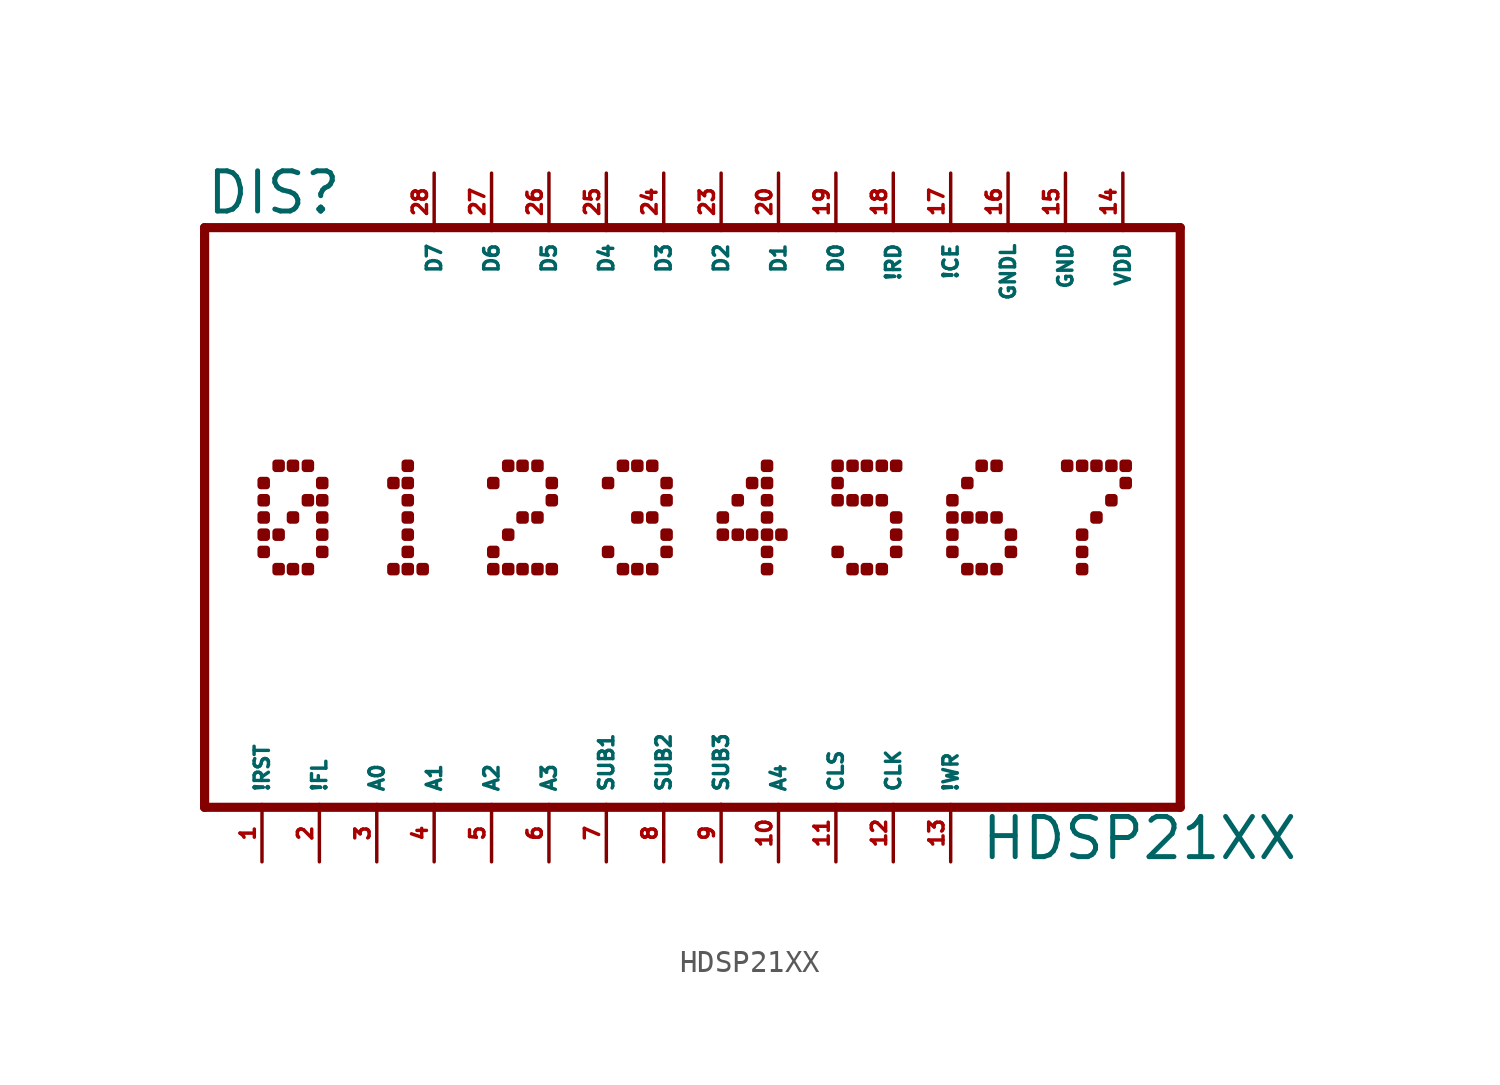
<source format=kicad_sym>
(kicad_symbol_lib
  (version 20220914)
  (generator Eagle2Kicad)
  (symbol "HDSP21XX"
    (property "Reference" "DIS"
      (at -20.32 13.335 0)
      (effects (font (size 1.778 1.778) (thickness 0.22)) (justify left bottom)))
    (property "Value" "HDSP21XX"
      (at 13.97 -15.24 0)
      (effects (font (size 1.778 1.778) (thickness 0.22)) (justify left bottom)))
    (polyline
      (pts (xy -20.32 -12.827) (xy 22.86 -12.827))
      (stroke (width 0.406) (type default))
      (fill (type none)))
    (polyline
      (pts (xy -20.32 -12.827) (xy -20.32 12.827))
      (stroke (width 0.406) (type default))
      (fill (type none)))
    (polyline
      (pts (xy 22.86 12.827) (xy 22.86 -12.827))
      (stroke (width 0.406) (type default))
      (fill (type none)))
    (polyline
      (pts (xy 2.54 -12.827) (xy 2.54 -12.7))
      (stroke (width 0.152) (type default))
      (fill (type none)))
    (polyline
      (pts (xy -20.32 12.827) (xy 22.86 12.827))
      (stroke (width 0.406) (type default))
      (fill (type none)))
    (rectangle
      (start -17.831 -1.651)
      (end -17.577 -1.397)
      (stroke (width 0.3) (type default))
      (fill (type outline)))
    (rectangle
      (start -17.831 -0.889)
      (end -17.577 -0.635)
      (stroke (width 0.3) (type default))
      (fill (type outline)))
    (rectangle
      (start -17.831 -0.127)
      (end -17.577 0.127)
      (stroke (width 0.3) (type default))
      (fill (type outline)))
    (rectangle
      (start -17.831 0.635)
      (end -17.577 0.889)
      (stroke (width 0.3) (type default))
      (fill (type outline)))
    (rectangle
      (start -17.831 1.397)
      (end -17.577 1.651)
      (stroke (width 0.3) (type default))
      (fill (type outline)))
    (rectangle
      (start -17.17 -2.413)
      (end -16.916 -2.159)
      (stroke (width 0.3) (type default))
      (fill (type outline)))
    (rectangle
      (start -17.17 -0.889)
      (end -16.916 -0.635)
      (stroke (width 0.3) (type default))
      (fill (type outline)))
    (rectangle
      (start -17.17 2.159)
      (end -16.916 2.413)
      (stroke (width 0.3) (type default))
      (fill (type outline)))
    (rectangle
      (start -16.535 -2.413)
      (end -16.281 -2.159)
      (stroke (width 0.3) (type default))
      (fill (type outline)))
    (rectangle
      (start -16.535 -0.127)
      (end -16.281 0.127)
      (stroke (width 0.3) (type default))
      (fill (type outline)))
    (rectangle
      (start -16.535 2.159)
      (end -16.281 2.413)
      (stroke (width 0.3) (type default))
      (fill (type outline)))
    (rectangle
      (start -15.875 -2.413)
      (end -15.621 -2.159)
      (stroke (width 0.3) (type default))
      (fill (type outline)))
    (rectangle
      (start -15.875 0.635)
      (end -15.621 0.889)
      (stroke (width 0.3) (type default))
      (fill (type outline)))
    (rectangle
      (start -15.875 2.159)
      (end -15.621 2.413)
      (stroke (width 0.3) (type default))
      (fill (type outline)))
    (rectangle
      (start -15.24 -1.651)
      (end -14.986 -1.397)
      (stroke (width 0.3) (type default))
      (fill (type outline)))
    (rectangle
      (start -15.24 -0.889)
      (end -14.986 -0.635)
      (stroke (width 0.3) (type default))
      (fill (type outline)))
    (rectangle
      (start -15.24 -0.127)
      (end -14.986 0.127)
      (stroke (width 0.3) (type default))
      (fill (type outline)))
    (rectangle
      (start -15.24 0.635)
      (end -14.986 0.889)
      (stroke (width 0.3) (type default))
      (fill (type outline)))
    (rectangle
      (start -15.24 1.397)
      (end -14.986 1.651)
      (stroke (width 0.3) (type default))
      (fill (type outline)))
    (rectangle
      (start -12.09 -2.413)
      (end -11.836 -2.159)
      (stroke (width 0.3) (type default))
      (fill (type outline)))
    (rectangle
      (start -12.09 1.397)
      (end -11.836 1.651)
      (stroke (width 0.3) (type default))
      (fill (type outline)))
    (rectangle
      (start -11.455 -2.413)
      (end -11.201 -2.159)
      (stroke (width 0.3) (type default))
      (fill (type outline)))
    (rectangle
      (start -11.455 -1.651)
      (end -11.201 -1.397)
      (stroke (width 0.3) (type default))
      (fill (type outline)))
    (rectangle
      (start -11.455 -0.889)
      (end -11.201 -0.635)
      (stroke (width 0.3) (type default))
      (fill (type outline)))
    (rectangle
      (start -11.455 -0.127)
      (end -11.201 0.127)
      (stroke (width 0.3) (type default))
      (fill (type outline)))
    (rectangle
      (start -11.455 0.635)
      (end -11.201 0.889)
      (stroke (width 0.3) (type default))
      (fill (type outline)))
    (rectangle
      (start -11.455 1.397)
      (end -11.201 1.651)
      (stroke (width 0.3) (type default))
      (fill (type outline)))
    (rectangle
      (start -11.455 2.159)
      (end -11.201 2.413)
      (stroke (width 0.3) (type default))
      (fill (type outline)))
    (rectangle
      (start -10.795 -2.413)
      (end -10.541 -2.159)
      (stroke (width 0.3) (type default))
      (fill (type outline)))
    (rectangle
      (start -7.671 -2.413)
      (end -7.417 -2.159)
      (stroke (width 0.3) (type default))
      (fill (type outline)))
    (rectangle
      (start -7.671 -1.651)
      (end -7.417 -1.397)
      (stroke (width 0.3) (type default))
      (fill (type outline)))
    (rectangle
      (start -7.671 1.397)
      (end -7.417 1.651)
      (stroke (width 0.3) (type default))
      (fill (type outline)))
    (rectangle
      (start -7.01 -2.413)
      (end -6.756 -2.159)
      (stroke (width 0.3) (type default))
      (fill (type outline)))
    (rectangle
      (start -7.01 -0.889)
      (end -6.756 -0.635)
      (stroke (width 0.3) (type default))
      (fill (type outline)))
    (rectangle
      (start -7.01 2.159)
      (end -6.756 2.413)
      (stroke (width 0.3) (type default))
      (fill (type outline)))
    (rectangle
      (start -6.375 -2.413)
      (end -6.121 -2.159)
      (stroke (width 0.3) (type default))
      (fill (type outline)))
    (rectangle
      (start -6.375 -0.127)
      (end -6.121 0.127)
      (stroke (width 0.3) (type default))
      (fill (type outline)))
    (rectangle
      (start -6.375 2.159)
      (end -6.121 2.413)
      (stroke (width 0.3) (type default))
      (fill (type outline)))
    (rectangle
      (start -5.715 -2.413)
      (end -5.461 -2.159)
      (stroke (width 0.3) (type default))
      (fill (type outline)))
    (rectangle
      (start -5.715 -0.127)
      (end -5.461 0.127)
      (stroke (width 0.3) (type default))
      (fill (type outline)))
    (rectangle
      (start -5.715 2.159)
      (end -5.461 2.413)
      (stroke (width 0.3) (type default))
      (fill (type outline)))
    (rectangle
      (start -5.08 -2.413)
      (end -4.826 -2.159)
      (stroke (width 0.3) (type default))
      (fill (type outline)))
    (rectangle
      (start -5.08 0.635)
      (end -4.826 0.889)
      (stroke (width 0.3) (type default))
      (fill (type outline)))
    (rectangle
      (start -5.08 1.397)
      (end -4.826 1.651)
      (stroke (width 0.3) (type default))
      (fill (type outline)))
    (rectangle
      (start -2.591 -1.651)
      (end -2.337 -1.397)
      (stroke (width 0.3) (type default))
      (fill (type outline)))
    (rectangle
      (start -2.591 1.397)
      (end -2.337 1.651)
      (stroke (width 0.3) (type default))
      (fill (type outline)))
    (rectangle
      (start -1.93 -2.413)
      (end -1.676 -2.159)
      (stroke (width 0.3) (type default))
      (fill (type outline)))
    (rectangle
      (start -1.93 2.159)
      (end -1.676 2.413)
      (stroke (width 0.3) (type default))
      (fill (type outline)))
    (rectangle
      (start -1.295 -2.413)
      (end -1.041 -2.159)
      (stroke (width 0.3) (type default))
      (fill (type outline)))
    (rectangle
      (start -1.295 -0.127)
      (end -1.041 0.127)
      (stroke (width 0.3) (type default))
      (fill (type outline)))
    (rectangle
      (start -1.295 2.159)
      (end -1.041 2.413)
      (stroke (width 0.3) (type default))
      (fill (type outline)))
    (rectangle
      (start -0.635 -2.413)
      (end -0.381 -2.159)
      (stroke (width 0.3) (type default))
      (fill (type outline)))
    (rectangle
      (start -0.635 -0.127)
      (end -0.381 0.127)
      (stroke (width 0.3) (type default))
      (fill (type outline)))
    (rectangle
      (start -0.635 2.159)
      (end -0.381 2.413)
      (stroke (width 0.3) (type default))
      (fill (type outline)))
    (rectangle
      (start 0 -1.651)
      (end 0.254 -1.397)
      (stroke (width 0.3) (type default))
      (fill (type outline)))
    (rectangle
      (start 0 -0.889)
      (end 0.254 -0.635)
      (stroke (width 0.3) (type default))
      (fill (type outline)))
    (rectangle
      (start 0 0.635)
      (end 0.254 0.889)
      (stroke (width 0.3) (type default))
      (fill (type outline)))
    (rectangle
      (start 0 1.397)
      (end 0.254 1.651)
      (stroke (width 0.3) (type default))
      (fill (type outline)))
    (rectangle
      (start 2.489 -0.889)
      (end 2.743 -0.635)
      (stroke (width 0.3) (type default))
      (fill (type outline)))
    (rectangle
      (start 2.489 -0.127)
      (end 2.743 0.127)
      (stroke (width 0.3) (type default))
      (fill (type outline)))
    (rectangle
      (start 3.15 -0.889)
      (end 3.404 -0.635)
      (stroke (width 0.3) (type default))
      (fill (type outline)))
    (rectangle
      (start 3.15 0.635)
      (end 3.404 0.889)
      (stroke (width 0.3) (type default))
      (fill (type outline)))
    (rectangle
      (start 3.785 -0.889)
      (end 4.039 -0.635)
      (stroke (width 0.3) (type default))
      (fill (type outline)))
    (rectangle
      (start 3.785 1.397)
      (end 4.039 1.651)
      (stroke (width 0.3) (type default))
      (fill (type outline)))
    (rectangle
      (start 4.445 -2.413)
      (end 4.699 -2.159)
      (stroke (width 0.3) (type default))
      (fill (type outline)))
    (rectangle
      (start 4.445 -1.651)
      (end 4.699 -1.397)
      (stroke (width 0.3) (type default))
      (fill (type outline)))
    (rectangle
      (start 4.445 -0.889)
      (end 4.699 -0.635)
      (stroke (width 0.3) (type default))
      (fill (type outline)))
    (rectangle
      (start 4.445 -0.127)
      (end 4.699 0.127)
      (stroke (width 0.3) (type default))
      (fill (type outline)))
    (rectangle
      (start 4.445 0.635)
      (end 4.699 0.889)
      (stroke (width 0.3) (type default))
      (fill (type outline)))
    (rectangle
      (start 4.445 1.397)
      (end 4.699 1.651)
      (stroke (width 0.3) (type default))
      (fill (type outline)))
    (rectangle
      (start 4.445 2.159)
      (end 4.699 2.413)
      (stroke (width 0.3) (type default))
      (fill (type outline)))
    (rectangle
      (start 5.08 -0.889)
      (end 5.334 -0.635)
      (stroke (width 0.3) (type default))
      (fill (type outline)))
    (rectangle
      (start 7.569 -1.651)
      (end 7.823 -1.397)
      (stroke (width 0.3) (type default))
      (fill (type outline)))
    (rectangle
      (start 7.569 0.635)
      (end 7.823 0.889)
      (stroke (width 0.3) (type default))
      (fill (type outline)))
    (rectangle
      (start 7.569 1.397)
      (end 7.823 1.651)
      (stroke (width 0.3) (type default))
      (fill (type outline)))
    (rectangle
      (start 7.569 2.159)
      (end 7.823 2.413)
      (stroke (width 0.3) (type default))
      (fill (type outline)))
    (rectangle
      (start 8.23 -2.413)
      (end 8.484 -2.159)
      (stroke (width 0.3) (type default))
      (fill (type outline)))
    (rectangle
      (start 8.23 0.635)
      (end 8.484 0.889)
      (stroke (width 0.3) (type default))
      (fill (type outline)))
    (rectangle
      (start 8.23 2.159)
      (end 8.484 2.413)
      (stroke (width 0.3) (type default))
      (fill (type outline)))
    (rectangle
      (start 8.865 -2.413)
      (end 9.119 -2.159)
      (stroke (width 0.3) (type default))
      (fill (type outline)))
    (rectangle
      (start 8.865 0.635)
      (end 9.119 0.889)
      (stroke (width 0.3) (type default))
      (fill (type outline)))
    (rectangle
      (start 8.865 2.159)
      (end 9.119 2.413)
      (stroke (width 0.3) (type default))
      (fill (type outline)))
    (rectangle
      (start 9.525 -2.413)
      (end 9.779 -2.159)
      (stroke (width 0.3) (type default))
      (fill (type outline)))
    (rectangle
      (start 9.525 0.635)
      (end 9.779 0.889)
      (stroke (width 0.3) (type default))
      (fill (type outline)))
    (rectangle
      (start 9.525 2.159)
      (end 9.779 2.413)
      (stroke (width 0.3) (type default))
      (fill (type outline)))
    (rectangle
      (start 10.16 -1.651)
      (end 10.414 -1.397)
      (stroke (width 0.3) (type default))
      (fill (type outline)))
    (rectangle
      (start 10.16 -0.889)
      (end 10.414 -0.635)
      (stroke (width 0.3) (type default))
      (fill (type outline)))
    (rectangle
      (start 10.16 -0.127)
      (end 10.414 0.127)
      (stroke (width 0.3) (type default))
      (fill (type outline)))
    (rectangle
      (start 10.16 2.159)
      (end 10.414 2.413)
      (stroke (width 0.3) (type default))
      (fill (type outline)))
    (rectangle
      (start 12.649 -1.651)
      (end 12.903 -1.397)
      (stroke (width 0.3) (type default))
      (fill (type outline)))
    (rectangle
      (start 12.649 -0.889)
      (end 12.903 -0.635)
      (stroke (width 0.3) (type default))
      (fill (type outline)))
    (rectangle
      (start 12.649 -0.127)
      (end 12.903 0.127)
      (stroke (width 0.3) (type default))
      (fill (type outline)))
    (rectangle
      (start 12.649 0.635)
      (end 12.903 0.889)
      (stroke (width 0.3) (type default))
      (fill (type outline)))
    (rectangle
      (start 13.31 -2.413)
      (end 13.564 -2.159)
      (stroke (width 0.3) (type default))
      (fill (type outline)))
    (rectangle
      (start 13.31 -0.127)
      (end 13.564 0.127)
      (stroke (width 0.3) (type default))
      (fill (type outline)))
    (rectangle
      (start 13.31 1.397)
      (end 13.564 1.651)
      (stroke (width 0.3) (type default))
      (fill (type outline)))
    (rectangle
      (start 13.945 -2.413)
      (end 14.199 -2.159)
      (stroke (width 0.3) (type default))
      (fill (type outline)))
    (rectangle
      (start 13.945 -0.127)
      (end 14.199 0.127)
      (stroke (width 0.3) (type default))
      (fill (type outline)))
    (rectangle
      (start 13.945 2.159)
      (end 14.199 2.413)
      (stroke (width 0.3) (type default))
      (fill (type outline)))
    (rectangle
      (start 14.605 -2.413)
      (end 14.859 -2.159)
      (stroke (width 0.3) (type default))
      (fill (type outline)))
    (rectangle
      (start 14.605 -0.127)
      (end 14.859 0.127)
      (stroke (width 0.3) (type default))
      (fill (type outline)))
    (rectangle
      (start 14.605 2.159)
      (end 14.859 2.413)
      (stroke (width 0.3) (type default))
      (fill (type outline)))
    (rectangle
      (start 15.24 -1.651)
      (end 15.494 -1.397)
      (stroke (width 0.3) (type default))
      (fill (type outline)))
    (rectangle
      (start 15.24 -0.889)
      (end 15.494 -0.635)
      (stroke (width 0.3) (type default))
      (fill (type outline)))
    (rectangle
      (start 17.729 2.159)
      (end 17.983 2.413)
      (stroke (width 0.3) (type default))
      (fill (type outline)))
    (rectangle
      (start 18.39 -2.413)
      (end 18.644 -2.159)
      (stroke (width 0.3) (type default))
      (fill (type outline)))
    (rectangle
      (start 18.39 -1.651)
      (end 18.644 -1.397)
      (stroke (width 0.3) (type default))
      (fill (type outline)))
    (rectangle
      (start 18.39 -0.889)
      (end 18.644 -0.635)
      (stroke (width 0.3) (type default))
      (fill (type outline)))
    (rectangle
      (start 18.39 2.159)
      (end 18.644 2.413)
      (stroke (width 0.3) (type default))
      (fill (type outline)))
    (rectangle
      (start 19.025 -0.127)
      (end 19.279 0.127)
      (stroke (width 0.3) (type default))
      (fill (type outline)))
    (rectangle
      (start 19.025 2.159)
      (end 19.279 2.413)
      (stroke (width 0.3) (type default))
      (fill (type outline)))
    (rectangle
      (start 19.685 0.635)
      (end 19.939 0.889)
      (stroke (width 0.3) (type default))
      (fill (type outline)))
    (rectangle
      (start 19.685 2.159)
      (end 19.939 2.413)
      (stroke (width 0.3) (type default))
      (fill (type outline)))
    (rectangle
      (start 20.32 1.397)
      (end 20.574 1.651)
      (stroke (width 0.3) (type default))
      (fill (type outline)))
    (rectangle
      (start 20.32 2.159)
      (end 20.574 2.413)
      (stroke (width 0.3) (type default))
      (fill (type outline)))
    (pin input line
      (at -17.78 -15.24 90)
      (length 2.54)
      (name "!RST" (effects (font (size 0.635 0.635) (thickness 0.08)) (justify left bottom)))
      (number "1" (effects (font (size 0.635 0.635) (thickness 0.08)) (justify left bottom))))
    (pin input line
      (at -15.24 -15.24 90)
      (length 2.54)
      (name "!FL" (effects (font (size 0.635 0.635) (thickness 0.08)) (justify left bottom)))
      (number "2" (effects (font (size 0.635 0.635) (thickness 0.08)) (justify left bottom))))
    (pin input line
      (at -12.7 -15.24 90)
      (length 2.54)
      (name "A0" (effects (font (size 0.635 0.635) (thickness 0.08)) (justify left bottom)))
      (number "3" (effects (font (size 0.635 0.635) (thickness 0.08)) (justify left bottom))))
    (pin input line
      (at -10.16 -15.24 90)
      (length 2.54)
      (name "A1" (effects (font (size 0.635 0.635) (thickness 0.08)) (justify left bottom)))
      (number "4" (effects (font (size 0.635 0.635) (thickness 0.08)) (justify left bottom))))
    (pin input line
      (at -7.62 -15.24 90)
      (length 2.54)
      (name "A2" (effects (font (size 0.635 0.635) (thickness 0.08)) (justify left bottom)))
      (number "5" (effects (font (size 0.635 0.635) (thickness 0.08)) (justify left bottom))))
    (pin input line
      (at -5.08 -15.24 90)
      (length 2.54)
      (name "A3" (effects (font (size 0.635 0.635) (thickness 0.08)) (justify left bottom)))
      (number "6" (effects (font (size 0.635 0.635) (thickness 0.08)) (justify left bottom))))
    (pin passive line
      (at -2.54 -15.24 90)
      (length 2.54)
      (name "SUB1" (effects (font (size 0.635 0.635) (thickness 0.08)) (justify left bottom)))
      (number "7" (effects (font (size 0.635 0.635) (thickness 0.08)) (justify left bottom))))
    (pin passive line
      (at 0 -15.24 90)
      (length 2.54)
      (name "SUB2" (effects (font (size 0.635 0.635) (thickness 0.08)) (justify left bottom)))
      (number "8" (effects (font (size 0.635 0.635) (thickness 0.08)) (justify left bottom))))
    (pin passive line
      (at 2.54 -15.24 90)
      (length 2.54)
      (name "SUB3" (effects (font (size 0.635 0.635) (thickness 0.08)) (justify left bottom)))
      (number "9" (effects (font (size 0.635 0.635) (thickness 0.08)) (justify left bottom))))
    (pin input line
      (at 5.08 -15.24 90)
      (length 2.54)
      (name "A4" (effects (font (size 0.635 0.635) (thickness 0.08)) (justify left bottom)))
      (number "10" (effects (font (size 0.635 0.635) (thickness 0.08)) (justify left bottom))))
    (pin input line
      (at 7.62 -15.24 90)
      (length 2.54)
      (name "CLS" (effects (font (size 0.635 0.635) (thickness 0.08)) (justify left bottom)))
      (number "11" (effects (font (size 0.635 0.635) (thickness 0.08)) (justify left bottom))))
    (pin input line
      (at 10.16 -15.24 90)
      (length 2.54)
      (name "CLK" (effects (font (size 0.635 0.635) (thickness 0.08)) (justify left bottom)))
      (number "12" (effects (font (size 0.635 0.635) (thickness 0.08)) (justify left bottom))))
    (pin input line
      (at 12.7 -15.24 90)
      (length 2.54)
      (name "!WR" (effects (font (size 0.635 0.635) (thickness 0.08)) (justify left bottom)))
      (number "13" (effects (font (size 0.635 0.635) (thickness 0.08)) (justify left bottom))))
    (pin unspecified line
      (at 20.32 15.24 270)
      (length 2.54)
      (name "VDD" (effects (font (size 0.635 0.635) (thickness 0.08)) (justify left bottom)))
      (number "14" (effects (font (size 0.635 0.635) (thickness 0.08)) (justify left bottom))))
    (pin input line
      (at -10.16 15.24 270)
      (length 2.54)
      (name "D7" (effects (font (size 0.635 0.635) (thickness 0.08)) (justify left bottom)))
      (number "28" (effects (font (size 0.635 0.635) (thickness 0.08)) (justify left bottom))))
    (pin input line
      (at -7.62 15.24 270)
      (length 2.54)
      (name "D6" (effects (font (size 0.635 0.635) (thickness 0.08)) (justify left bottom)))
      (number "27" (effects (font (size 0.635 0.635) (thickness 0.08)) (justify left bottom))))
    (pin input line
      (at -5.08 15.24 270)
      (length 2.54)
      (name "D5" (effects (font (size 0.635 0.635) (thickness 0.08)) (justify left bottom)))
      (number "26" (effects (font (size 0.635 0.635) (thickness 0.08)) (justify left bottom))))
    (pin input line
      (at -2.54 15.24 270)
      (length 2.54)
      (name "D4" (effects (font (size 0.635 0.635) (thickness 0.08)) (justify left bottom)))
      (number "25" (effects (font (size 0.635 0.635) (thickness 0.08)) (justify left bottom))))
    (pin input line
      (at 0 15.24 270)
      (length 2.54)
      (name "D3" (effects (font (size 0.635 0.635) (thickness 0.08)) (justify left bottom)))
      (number "24" (effects (font (size 0.635 0.635) (thickness 0.08)) (justify left bottom))))
    (pin input line
      (at 2.54 15.24 270)
      (length 2.54)
      (name "D2" (effects (font (size 0.635 0.635) (thickness 0.08)) (justify left bottom)))
      (number "23" (effects (font (size 0.635 0.635) (thickness 0.08)) (justify left bottom))))
    (pin input line
      (at 5.08 15.24 270)
      (length 2.54)
      (name "D1" (effects (font (size 0.635 0.635) (thickness 0.08)) (justify left bottom)))
      (number "20" (effects (font (size 0.635 0.635) (thickness 0.08)) (justify left bottom))))
    (pin input line
      (at 7.62 15.24 270)
      (length 2.54)
      (name "D0" (effects (font (size 0.635 0.635) (thickness 0.08)) (justify left bottom)))
      (number "19" (effects (font (size 0.635 0.635) (thickness 0.08)) (justify left bottom))))
    (pin input line
      (at 10.16 15.24 270)
      (length 2.54)
      (name "!RD" (effects (font (size 0.635 0.635) (thickness 0.08)) (justify left bottom)))
      (number "18" (effects (font (size 0.635 0.635) (thickness 0.08)) (justify left bottom))))
    (pin input line
      (at 12.7 15.24 270)
      (length 2.54)
      (name "!CE" (effects (font (size 0.635 0.635) (thickness 0.08)) (justify left bottom)))
      (number "17" (effects (font (size 0.635 0.635) (thickness 0.08)) (justify left bottom))))
    (pin unspecified line
      (at 15.24 15.24 270)
      (length 2.54)
      (name "GNDL" (effects (font (size 0.635 0.635) (thickness 0.08)) (justify left bottom)))
      (number "16" (effects (font (size 0.635 0.635) (thickness 0.08)) (justify left bottom))))
    (pin unspecified line
      (at 17.78 15.24 270)
      (length 2.54)
      (name "GND" (effects (font (size 0.635 0.635) (thickness 0.08)) (justify left bottom)))
      (number "15" (effects (font (size 0.635 0.635) (thickness 0.08)) (justify left bottom))))))
</source>
